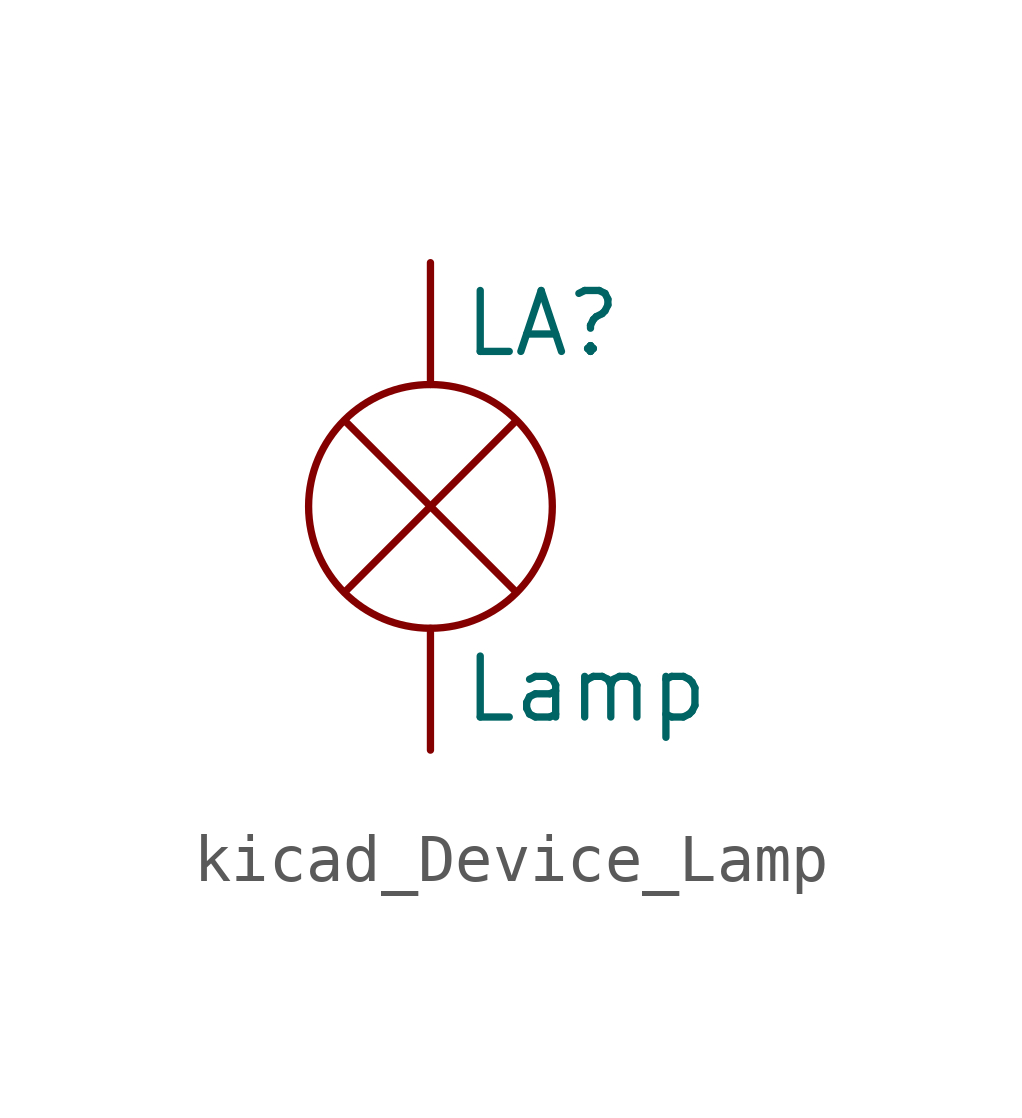
<source format=kicad_sym>
(kicad_symbol_lib
  (version 20220914)
  (generator kicad_symbol_editor)
  (symbol "kicad_Device_Lamp"
    (pin_numbers hide)
    (pin_names
      (offset 0.025) hide)
    (property "Reference" "LA"
      (at 0.635 3.81 0)
      (effects (font (size 1.27 1.27)) (justify left)))
    (property "Value" "Lamp"
      (at 0.635 -3.81 0)
      (effects (font (size 1.27 1.27)) (justify left)))
    (symbol "kicad_Device_Lamp_0_1"
      (polyline (pts (xy -1.778 1.778) (xy 1.778 -1.778)) (stroke (width 0) (type default)) (fill (type none)))
      (polyline (pts (xy 1.778 1.778) (xy -1.778 -1.778)) (stroke (width 0) (type default)) (fill (type none)))
      (circle (center 0 0) (radius 2.54) (stroke (width 0) (type default)) (fill (type none))))
    (symbol "kicad_Device_Lamp_1_1"
      (pin passive line (at 0 -5.08 90) (length 2.54) (name "-" (effects (font (size 1.27 1.27)))) (number "1" (effects (font (size 1.27 1.27)))))
      (pin passive line (at 0 5.08 270) (length 2.54) (name "+" (effects (font (size 1.27 1.27)))) (number "2" (effects (font (size 1.27 1.27))))))))
</source>
